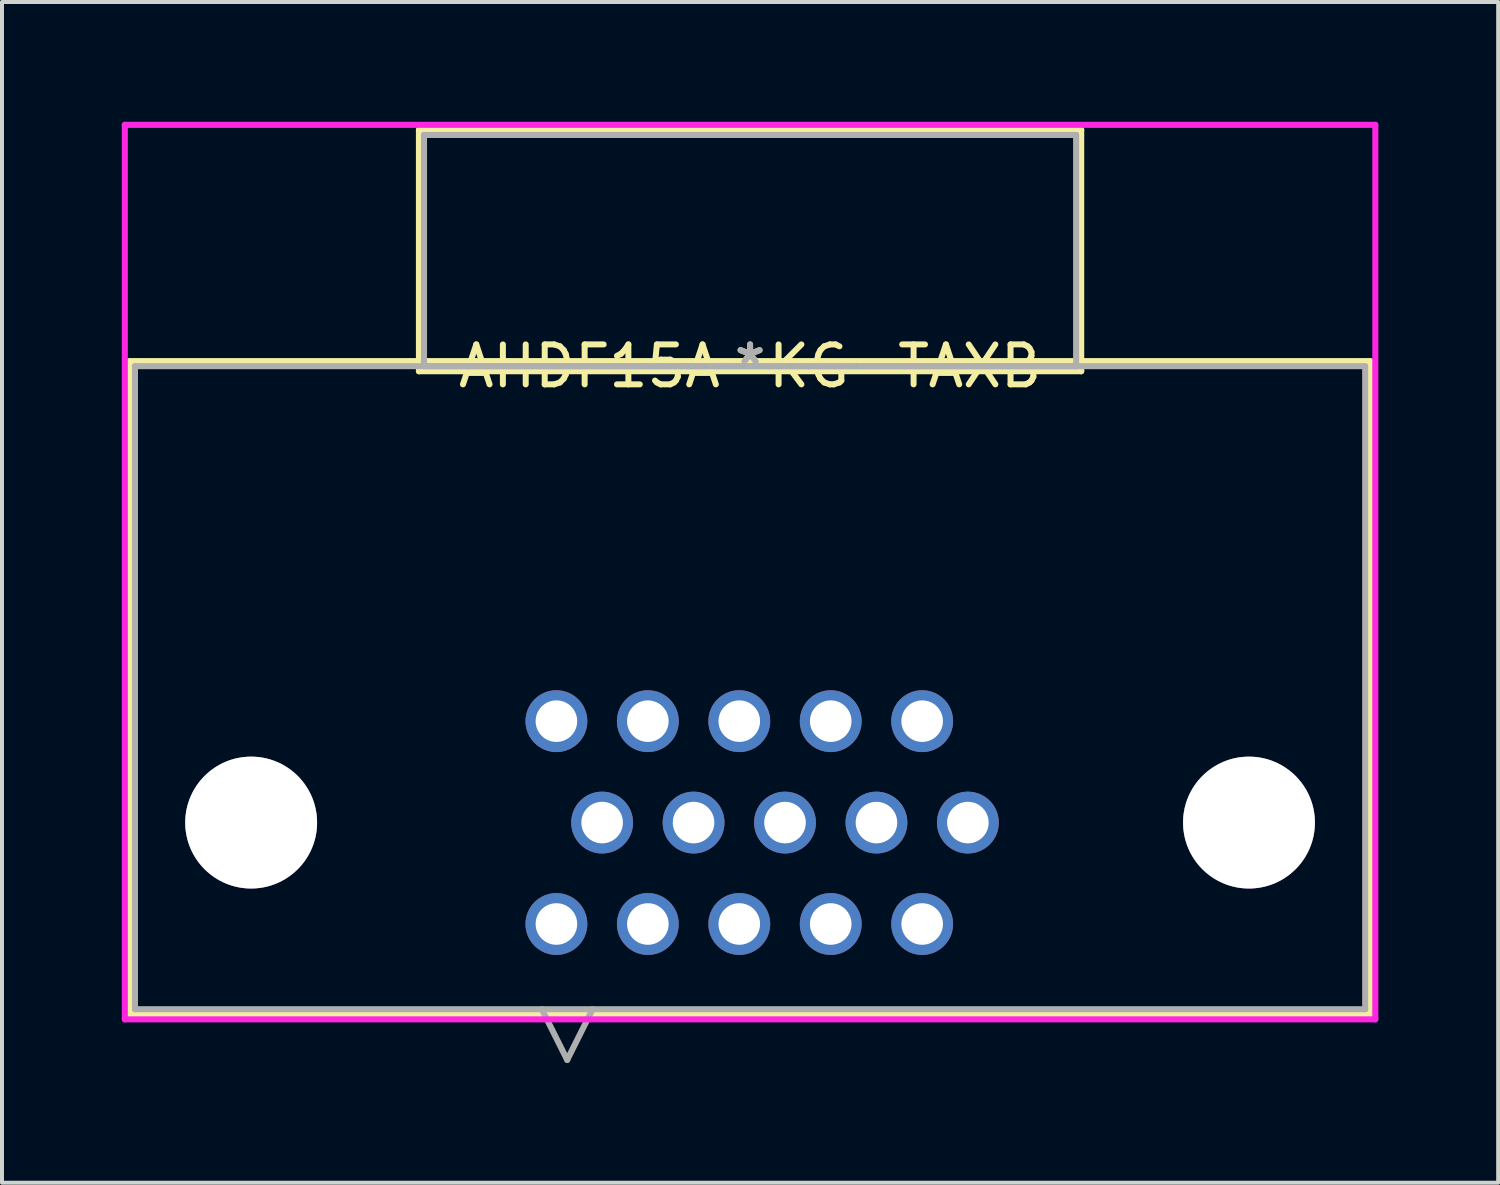
<source format=kicad_pcb>
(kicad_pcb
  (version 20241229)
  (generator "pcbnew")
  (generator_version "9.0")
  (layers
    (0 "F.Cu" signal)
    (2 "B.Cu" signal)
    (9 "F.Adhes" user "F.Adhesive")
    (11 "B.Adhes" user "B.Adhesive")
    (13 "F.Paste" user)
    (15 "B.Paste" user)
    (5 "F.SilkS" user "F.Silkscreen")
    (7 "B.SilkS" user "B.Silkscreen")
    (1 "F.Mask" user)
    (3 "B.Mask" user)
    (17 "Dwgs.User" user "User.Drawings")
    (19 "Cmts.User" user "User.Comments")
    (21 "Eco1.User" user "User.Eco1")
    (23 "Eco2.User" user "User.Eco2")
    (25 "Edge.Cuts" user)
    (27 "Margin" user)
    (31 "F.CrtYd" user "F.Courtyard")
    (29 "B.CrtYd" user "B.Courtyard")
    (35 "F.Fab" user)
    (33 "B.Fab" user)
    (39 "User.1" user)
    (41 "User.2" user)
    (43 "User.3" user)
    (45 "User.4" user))
  (footprint "AHDF15A-KG-TAXB"
    (layer "F.Cu")
    (at 15.735 6.121)
    (property "Reference" "AHDF15A-KG-TAXB" (at 0 0 0) (layer "F.SilkS") (effects (font (size 1 1) (thickness 0.15))))
    (attr through_hole)
    (fp_line (start -15.532 -0.127) (end -15.532 16.231) (stroke (width 0.152) (type solid)) (layer "F.SilkS"))
    (fp_line (start -15.532 16.231) (end 15.532 16.231) (stroke (width 0.152) (type solid)) (layer "F.SilkS"))
    (fp_line (start -8.293 -5.918) (end -8.293 0.127) (stroke (width 0.152) (type solid)) (layer "F.SilkS"))
    (fp_line (start -8.293 0.127) (end 8.293 0.127) (stroke (width 0.152) (type solid)) (layer "F.SilkS"))
    (fp_line (start 8.293 -5.918) (end -8.293 -5.918) (stroke (width 0.152) (type solid)) (layer "F.SilkS"))
    (fp_line (start 8.293 0.127) (end 8.293 -5.918) (stroke (width 0.152) (type solid)) (layer "F.SilkS"))
    (fp_line (start 15.532 -0.127) (end -15.532 -0.127) (stroke (width 0.152) (type solid)) (layer "F.SilkS"))
    (fp_line (start 15.532 16.231) (end 15.532 -0.127) (stroke (width 0.152) (type solid)) (layer "F.SilkS"))
    (fp_line (start -15.659 -6.045) (end -15.659 16.358) (stroke (width 0.152) (type solid)) (layer "F.CrtYd"))
    (fp_line (start -15.659 16.358) (end 15.659 16.358) (stroke (width 0.152) (type solid)) (layer "F.CrtYd"))
    (fp_line (start 15.659 -6.045) (end -15.659 -6.045) (stroke (width 0.152) (type solid)) (layer "F.CrtYd"))
    (fp_line (start 15.659 16.358) (end 15.659 -6.045) (stroke (width 0.152) (type solid)) (layer "F.CrtYd"))
    (fp_line (start -15.405 0) (end -15.405 16.104) (stroke (width 0.152) (type solid)) (layer "F.Fab"))
    (fp_line (start -15.405 16.104) (end 15.405 16.104) (stroke (width 0.152) (type solid)) (layer "F.Fab"))
    (fp_line (start -8.166 -5.791) (end -8.166 0) (stroke (width 0.152) (type solid)) (layer "F.Fab"))
    (fp_line (start -8.166 0) (end 8.166 0) (stroke (width 0.152) (type solid)) (layer "F.Fab"))
    (fp_line (start -5.215 16.104) (end -4.58 17.374) (stroke (width 0.152) (type solid)) (layer "F.Fab"))
    (fp_line (start -3.945 16.104) (end -4.58 17.374) (stroke (width 0.152) (type solid)) (layer "F.Fab"))
    (fp_line (start 8.166 -5.791) (end -8.166 -5.791) (stroke (width 0.152) (type solid)) (layer "F.Fab"))
    (fp_line (start 8.166 0) (end 8.166 -5.791) (stroke (width 0.152) (type solid)) (layer "F.Fab"))
    (fp_line (start 15.405 0) (end -15.405 0) (stroke (width 0.152) (type solid)) (layer "F.Fab"))
    (fp_line (start 15.405 16.104) (end 15.405 0) (stroke (width 0.152) (type solid)) (layer "F.Fab"))
    (fp_text user "*" (at 0 0 0) (layer "F.SilkS") (effects (font (size 1 1) (thickness 0.15))))
    (fp_text user "Copyright 2016 Accelerated Designs. All rights reserved." (at 0 0 0) (layer "Cmts.User") (effects (font (size 0.127 0.127) (thickness 0.002))))
    (fp_text user "*" (at 0 0 0) (layer "F.Fab") (effects (font (size 1 1) (thickness 0.15))))
    (pad "0" thru_hole circle (at -12.495 11.43) (size 3.302 3.302) (drill 3.302) (layers "*.Cu" "*.Mask"))
    (pad "0" thru_hole circle (at 12.495 11.43) (size 3.302 3.302) (drill 3.302) (layers "*.Cu" "*.Mask"))
    (pad "1" thru_hole circle (at -4.85 13.97) (size 1.549 1.549) (drill 1.041) (layers "*.Cu" "*.Mask"))
    (pad "2" thru_hole circle (at -2.56 13.97) (size 1.549 1.549) (drill 1.041) (layers "*.Cu" "*.Mask"))
    (pad "3" thru_hole circle (at -0.27 13.97) (size 1.549 1.549) (drill 1.041) (layers "*.Cu" "*.Mask"))
    (pad "4" thru_hole circle (at 2.02 13.97) (size 1.549 1.549) (drill 1.041) (layers "*.Cu" "*.Mask"))
    (pad "5" thru_hole circle (at 4.31 13.97) (size 1.549 1.549) (drill 1.041) (layers "*.Cu" "*.Mask"))
    (pad "6" thru_hole circle (at -3.705 11.43) (size 1.549 1.549) (drill 1.041) (layers "*.Cu" "*.Mask"))
    (pad "7" thru_hole circle (at -1.415 11.43) (size 1.549 1.549) (drill 1.041) (layers "*.Cu" "*.Mask"))
    (pad "8" thru_hole circle (at 0.875 11.43) (size 1.549 1.549) (drill 1.041) (layers "*.Cu" "*.Mask"))
    (pad "9" thru_hole circle (at 3.165 11.43) (size 1.549 1.549) (drill 1.041) (layers "*.Cu" "*.Mask"))
    (pad "10" thru_hole circle (at 5.455 11.43) (size 1.549 1.549) (drill 1.041) (layers "*.Cu" "*.Mask"))
    (pad "11" thru_hole circle (at -4.85 8.89) (size 1.549 1.549) (drill 1.041) (layers "*.Cu" "*.Mask"))
    (pad "12" thru_hole circle (at -2.56 8.89) (size 1.549 1.549) (drill 1.041) (layers "*.Cu" "*.Mask"))
    (pad "13" thru_hole circle (at -0.27 8.89) (size 1.549 1.549) (drill 1.041) (layers "*.Cu" "*.Mask"))
    (pad "14" thru_hole circle (at 2.02 8.89) (size 1.549 1.549) (drill 1.041) (layers "*.Cu" "*.Mask"))
    (pad "15" thru_hole circle (at 4.31 8.89) (size 1.549 1.549) (drill 1.041) (layers "*.Cu" "*.Mask")))
  (gr_rect
    (start -3 -3)
    (end 34.471 26.571)
    (stroke (width 0.1) (type default))
    (fill no)
    (layer "Edge.Cuts")))
</source>
